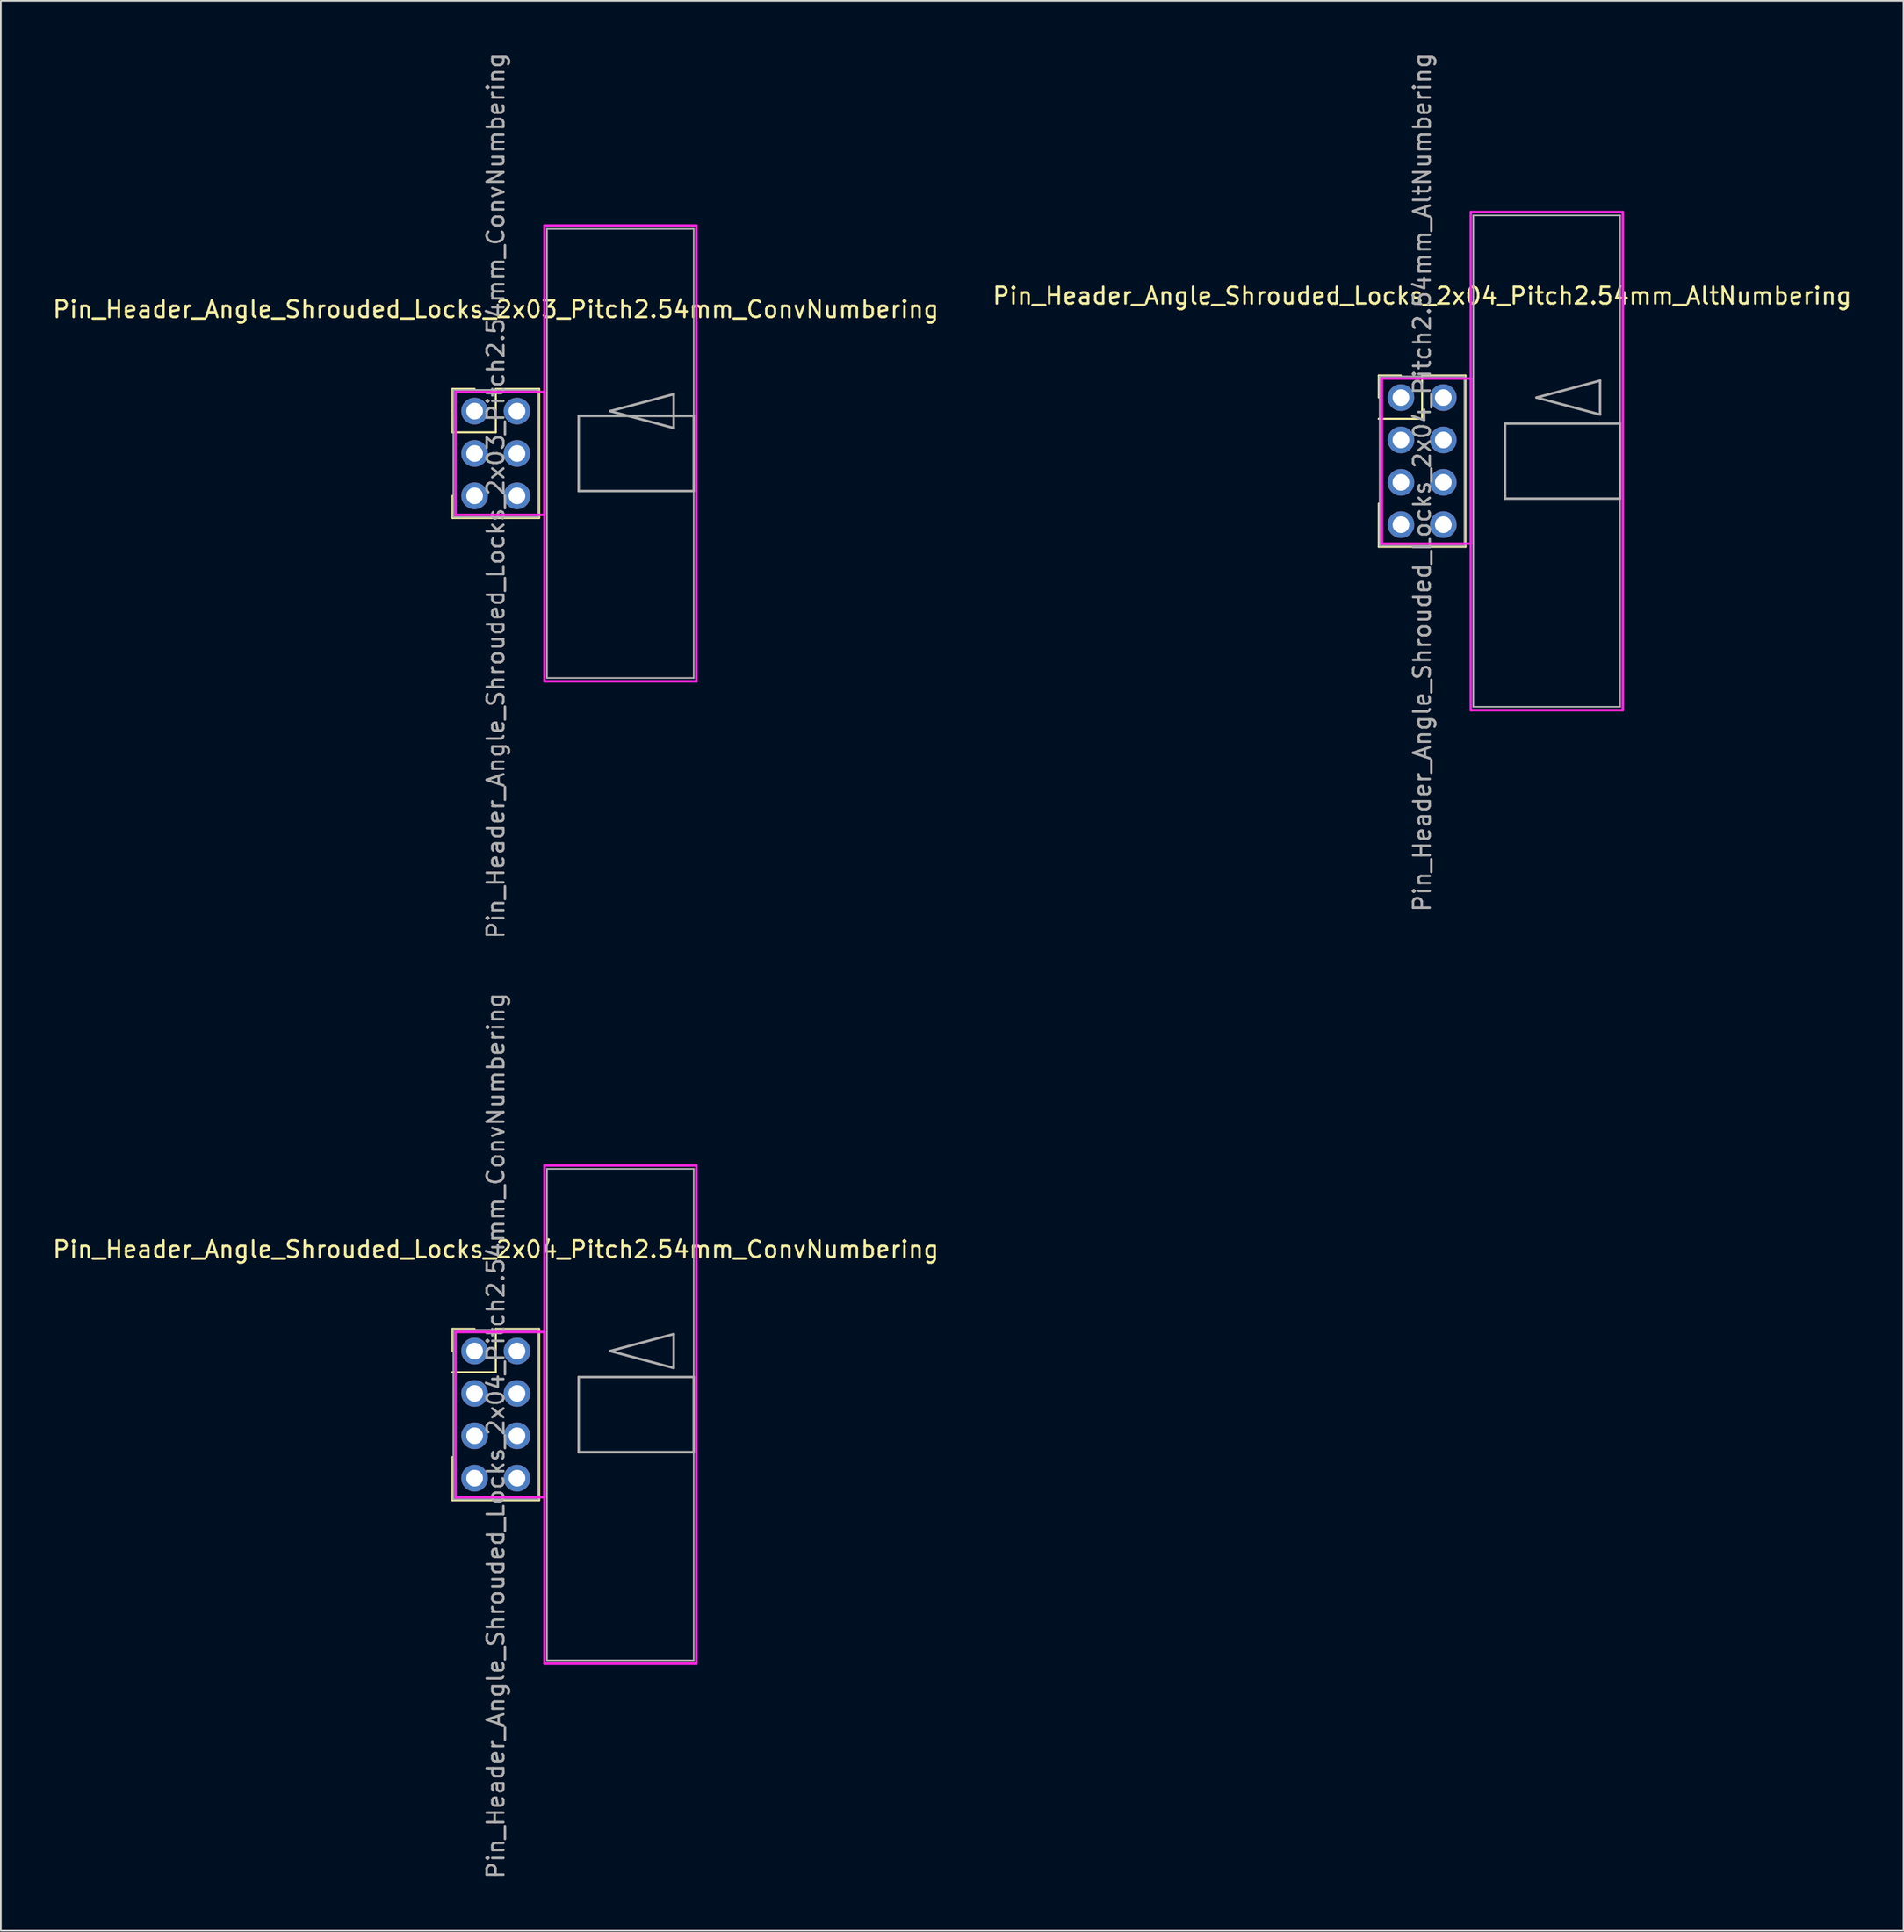
<source format=kicad_pcb>
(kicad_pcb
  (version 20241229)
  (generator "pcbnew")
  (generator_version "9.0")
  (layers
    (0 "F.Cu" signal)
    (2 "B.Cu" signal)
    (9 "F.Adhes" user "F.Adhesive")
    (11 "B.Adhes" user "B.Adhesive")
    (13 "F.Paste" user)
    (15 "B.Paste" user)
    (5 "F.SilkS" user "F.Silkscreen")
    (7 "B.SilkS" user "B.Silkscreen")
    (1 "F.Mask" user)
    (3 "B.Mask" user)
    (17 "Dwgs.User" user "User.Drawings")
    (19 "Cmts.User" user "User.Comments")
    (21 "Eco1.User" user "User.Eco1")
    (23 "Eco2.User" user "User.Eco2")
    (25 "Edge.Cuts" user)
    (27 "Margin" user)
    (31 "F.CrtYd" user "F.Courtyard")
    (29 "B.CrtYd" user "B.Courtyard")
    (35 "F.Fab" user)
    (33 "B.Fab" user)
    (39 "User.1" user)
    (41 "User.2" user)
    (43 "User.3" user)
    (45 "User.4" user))
  (footprint "Pin_Header_Angle_Shrouded_Locks_2x03_Pitch2.54mm_ConvNumbering"
    (layer "F.Cu")
    (at 25.403 21.593)
    (property "Reference" "Pin_Header_Angle_Shrouded_Locks_2x03_Pitch2.54mm_ConvNumbering" (at 1.27 -6.096 0) (layer "F.SilkS") (effects (font (size 1 1) (thickness 0.15))))
    (attr through_hole)
    (fp_line (start -1.33 -1.33) (end 0 -1.33) (stroke (width 0.12) (type solid)) (layer "F.SilkS"))
    (fp_line (start -1.33 0) (end -1.33 -1.33) (stroke (width 0.12) (type solid)) (layer "F.SilkS"))
    (fp_line (start -1.33 1.27) (end -1.33 0) (stroke (width 0.12) (type solid)) (layer "F.SilkS"))
    (fp_line (start -1.33 1.27) (end 1.27 1.27) (stroke (width 0.12) (type solid)) (layer "F.SilkS"))
    (fp_line (start -1.33 5.08) (end -1.33 6.41) (stroke (width 0.12) (type solid)) (layer "F.SilkS"))
    (fp_line (start -1.33 6.41) (end 3.87 6.41) (stroke (width 0.12) (type solid)) (layer "F.SilkS"))
    (fp_line (start 1.27 -1.33) (end 3.87 -1.33) (stroke (width 0.12) (type solid)) (layer "F.SilkS"))
    (fp_line (start 1.27 1.27) (end 1.27 -1.33) (stroke (width 0.12) (type solid)) (layer "F.SilkS"))
    (fp_line (start 3.87 -1.33) (end 3.87 6.41) (stroke (width 0.12) (type solid)) (layer "F.SilkS"))
    (fp_line (start -1.143 -1.143) (end -1.143 6.223) (stroke (width 0.15) (type solid)) (layer "F.CrtYd"))
    (fp_line (start -1.143 6.223) (end 4.19 6.223) (stroke (width 0.15) (type solid)) (layer "F.CrtYd"))
    (fp_line (start 4.19 -11.12) (end 4.19 16.2) (stroke (width 0.15) (type solid)) (layer "F.CrtYd"))
    (fp_line (start 4.19 -1.143) (end -1.143 -1.143) (stroke (width 0.15) (type solid)) (layer "F.CrtYd"))
    (fp_line (start 4.19 6.223) (end 4.19 -1.143) (stroke (width 0.15) (type solid)) (layer "F.CrtYd"))
    (fp_line (start 4.19 16.2) (end 13.3 16.2) (stroke (width 0.15) (type solid)) (layer "F.CrtYd"))
    (fp_line (start 13.3 -11.12) (end 4.19 -11.12) (stroke (width 0.15) (type solid)) (layer "F.CrtYd"))
    (fp_line (start 13.3 16.2) (end 13.3 -11.12) (stroke (width 0.15) (type solid)) (layer "F.CrtYd"))
    (fp_line (start -1.27 -1.27) (end -1.27 6.35) (stroke (width 0.1) (type solid)) (layer "F.Fab"))
    (fp_line (start -1.27 6.35) (end 3.81 6.35) (stroke (width 0.1) (type solid)) (layer "F.Fab"))
    (fp_line (start 3.81 -1.27) (end -1.27 -1.27) (stroke (width 0.1) (type solid)) (layer "F.Fab"))
    (fp_line (start 3.81 6.35) (end 3.81 -1.27) (stroke (width 0.1) (type solid)) (layer "F.Fab"))
    (fp_line (start 4.34 -10.92) (end 4.34 16) (stroke (width 0.1) (type solid)) (layer "F.Fab"))
    (fp_line (start 4.34 16) (end 13.14 16) (stroke (width 0.1) (type solid)) (layer "F.Fab"))
    (fp_line (start 6.24 0.29) (end 6.24 4.79) (stroke (width 0.15) (type solid)) (layer "F.Fab"))
    (fp_line (start 6.24 4.79) (end 13.14 4.79) (stroke (width 0.15) (type solid)) (layer "F.Fab"))
    (fp_line (start 8.128 0) (end 11.938 -1.016) (stroke (width 0.15) (type solid)) (layer "F.Fab"))
    (fp_line (start 11.938 -1.016) (end 11.938 1.016) (stroke (width 0.15) (type solid)) (layer "F.Fab"))
    (fp_line (start 11.938 1.016) (end 8.128 0) (stroke (width 0.15) (type solid)) (layer "F.Fab"))
    (fp_line (start 13.14 -10.92) (end 4.34 -10.92) (stroke (width 0.1) (type solid)) (layer "F.Fab"))
    (fp_line (start 13.14 0.29) (end 6.24 0.29) (stroke (width 0.15) (type solid)) (layer "F.Fab"))
    (fp_line (start 13.14 4.79) (end 13.14 0.29) (stroke (width 0.15) (type solid)) (layer "F.Fab"))
    (fp_line (start 13.14 16) (end 13.14 -10.92) (stroke (width 0.1) (type solid)) (layer "F.Fab"))
    (fp_text user "${REFERENCE}" (at 1.27 5.08 90) (layer "F.Fab") (effects (font (size 1 1) (thickness 0.15))))
    (pad "1" thru_hole oval (at 0 0) (size 1.6 1.6) (drill 1) (layers "*.Cu" "*.Mask"))
    (pad "2" thru_hole oval (at 2.54 0) (size 1.6 1.6) (drill 1) (layers "*.Cu" "*.Mask"))
    (pad "3" thru_hole oval (at 0 2.54) (size 1.6 1.6) (drill 1) (layers "*.Cu" "*.Mask"))
    (pad "4" thru_hole oval (at 2.54 2.54) (size 1.6 1.6) (drill 1) (layers "*.Cu" "*.Mask"))
    (pad "5" thru_hole oval (at 0 5.08) (size 1.6 1.6) (drill 1) (layers "*.Cu" "*.Mask"))
    (pad "6" thru_hole oval (at 2.54 5.08) (size 1.6 1.6) (drill 1) (layers "*.Cu" "*.Mask")))
  (footprint "Pin_Header_Angle_Shrouded_Locks_2x04_Pitch2.54mm_AltNumbering"
    (layer "F.Cu")
    (at 80.938 20.783)
    (property "Reference" "Pin_Header_Angle_Shrouded_Locks_2x04_Pitch2.54mm_AltNumbering" (at 1.27 -6.096 0) (layer "F.SilkS") (effects (font (size 1 1) (thickness 0.15))))
    (attr through_hole)
    (fp_line (start -1.33 -1.33) (end 0 -1.33) (stroke (width 0.12) (type solid)) (layer "F.SilkS"))
    (fp_line (start -1.33 0) (end -1.33 -1.33) (stroke (width 0.12) (type solid)) (layer "F.SilkS"))
    (fp_line (start -1.33 1.27) (end -1.33 1.27) (stroke (width 0.12) (type solid)) (layer "F.SilkS"))
    (fp_line (start -1.33 1.27) (end 1.27 1.27) (stroke (width 0.12) (type solid)) (layer "F.SilkS"))
    (fp_line (start -1.33 6.35) (end -1.33 8.95) (stroke (width 0.12) (type solid)) (layer "F.SilkS"))
    (fp_line (start -1.33 8.95) (end 3.87 8.95) (stroke (width 0.12) (type solid)) (layer "F.SilkS"))
    (fp_line (start 1.27 -1.33) (end 3.87 -1.33) (stroke (width 0.12) (type solid)) (layer "F.SilkS"))
    (fp_line (start 1.27 1.27) (end 1.27 -1.33) (stroke (width 0.12) (type solid)) (layer "F.SilkS"))
    (fp_line (start 3.87 -1.33) (end 3.87 8.95) (stroke (width 0.12) (type solid)) (layer "F.SilkS"))
    (fp_line (start -1.143 -1.143) (end -1.143 8.763) (stroke (width 0.15) (type solid)) (layer "F.CrtYd"))
    (fp_line (start -1.143 8.763) (end 4.19 8.763) (stroke (width 0.15) (type solid)) (layer "F.CrtYd"))
    (fp_line (start 4.19 -11.12) (end 4.19 18.74) (stroke (width 0.15) (type solid)) (layer "F.CrtYd"))
    (fp_line (start 4.19 -1.143) (end -1.143 -1.143) (stroke (width 0.15) (type solid)) (layer "F.CrtYd"))
    (fp_line (start 4.19 8.763) (end 4.19 -1.143) (stroke (width 0.15) (type solid)) (layer "F.CrtYd"))
    (fp_line (start 4.19 18.74) (end 13.3 18.74) (stroke (width 0.15) (type solid)) (layer "F.CrtYd"))
    (fp_line (start 13.3 -11.12) (end 4.19 -11.12) (stroke (width 0.15) (type solid)) (layer "F.CrtYd"))
    (fp_line (start 13.3 18.74) (end 13.3 -11.12) (stroke (width 0.15) (type solid)) (layer "F.CrtYd"))
    (fp_line (start -1.27 -1.27) (end -1.27 8.89) (stroke (width 0.1) (type solid)) (layer "F.Fab"))
    (fp_line (start -1.27 8.89) (end 3.81 8.89) (stroke (width 0.1) (type solid)) (layer "F.Fab"))
    (fp_line (start 3.81 -1.27) (end -1.27 -1.27) (stroke (width 0.1) (type solid)) (layer "F.Fab"))
    (fp_line (start 3.81 8.89) (end 3.81 -1.27) (stroke (width 0.1) (type solid)) (layer "F.Fab"))
    (fp_line (start 4.34 -10.92) (end 4.34 18.54) (stroke (width 0.1) (type solid)) (layer "F.Fab"))
    (fp_line (start 4.34 18.54) (end 13.14 18.54) (stroke (width 0.1) (type solid)) (layer "F.Fab"))
    (fp_line (start 6.24 1.56) (end 6.24 6.06) (stroke (width 0.15) (type solid)) (layer "F.Fab"))
    (fp_line (start 6.24 6.06) (end 13.14 6.06) (stroke (width 0.15) (type solid)) (layer "F.Fab"))
    (fp_line (start 8.128 0) (end 11.938 -1.016) (stroke (width 0.15) (type solid)) (layer "F.Fab"))
    (fp_line (start 11.938 -1.016) (end 11.938 1.016) (stroke (width 0.15) (type solid)) (layer "F.Fab"))
    (fp_line (start 11.938 1.016) (end 8.128 0) (stroke (width 0.15) (type solid)) (layer "F.Fab"))
    (fp_line (start 13.14 -10.92) (end 4.34 -10.92) (stroke (width 0.1) (type solid)) (layer "F.Fab"))
    (fp_line (start 13.14 1.56) (end 6.24 1.56) (stroke (width 0.15) (type solid)) (layer "F.Fab"))
    (fp_line (start 13.14 6.06) (end 13.14 1.56) (stroke (width 0.15) (type solid)) (layer "F.Fab"))
    (fp_line (start 13.14 18.54) (end 13.14 -10.92) (stroke (width 0.1) (type solid)) (layer "F.Fab"))
    (fp_text user "${REFERENCE}" (at 1.27 5.08 90) (layer "F.Fab") (effects (font (size 1 1) (thickness 0.15))))
    (pad "1" thru_hole oval (at 0 0) (size 1.6 1.6) (drill 1) (layers "*.Cu" "*.Mask"))
    (pad "2" thru_hole oval (at 0 2.54) (size 1.6 1.6) (drill 1) (layers "*.Cu" "*.Mask"))
    (pad "3" thru_hole oval (at 0 5.08) (size 1.6 1.6) (drill 1) (layers "*.Cu" "*.Mask"))
    (pad "4" thru_hole oval (at 0 7.62) (size 1.6 1.6) (drill 1) (layers "*.Cu" "*.Mask"))
    (pad "5" thru_hole oval (at 2.54 0) (size 1.6 1.6) (drill 1) (layers "*.Cu" "*.Mask"))
    (pad "6" thru_hole oval (at 2.54 2.54) (size 1.6 1.6) (drill 1) (layers "*.Cu" "*.Mask"))
    (pad "7" thru_hole oval (at 2.54 5.08) (size 1.6 1.6) (drill 1) (layers "*.Cu" "*.Mask"))
    (pad "8" thru_hole oval (at 2.54 7.62) (size 1.6 1.6) (drill 1) (layers "*.Cu" "*.Mask")))
  (footprint "Pin_Header_Angle_Shrouded_Locks_2x04_Pitch2.54mm_ConvNumbering"
    (layer "F.Cu")
    (at 25.403 77.938)
    (property "Reference" "Pin_Header_Angle_Shrouded_Locks_2x04_Pitch2.54mm_ConvNumbering" (at 1.27 -6.096 0) (layer "F.SilkS") (effects (font (size 1 1) (thickness 0.15))))
    (attr through_hole)
    (fp_line (start -1.33 -1.33) (end 0 -1.33) (stroke (width 0.12) (type solid)) (layer "F.SilkS"))
    (fp_line (start -1.33 0) (end -1.33 -1.33) (stroke (width 0.12) (type solid)) (layer "F.SilkS"))
    (fp_line (start -1.33 1.27) (end -1.33 1.27) (stroke (width 0.12) (type solid)) (layer "F.SilkS"))
    (fp_line (start -1.33 1.27) (end 1.27 1.27) (stroke (width 0.12) (type solid)) (layer "F.SilkS"))
    (fp_line (start -1.33 6.35) (end -1.33 8.95) (stroke (width 0.12) (type solid)) (layer "F.SilkS"))
    (fp_line (start -1.33 8.95) (end 3.87 8.95) (stroke (width 0.12) (type solid)) (layer "F.SilkS"))
    (fp_line (start 1.27 -1.33) (end 3.87 -1.33) (stroke (width 0.12) (type solid)) (layer "F.SilkS"))
    (fp_line (start 1.27 1.27) (end 1.27 -1.33) (stroke (width 0.12) (type solid)) (layer "F.SilkS"))
    (fp_line (start 3.87 -1.33) (end 3.87 8.95) (stroke (width 0.12) (type solid)) (layer "F.SilkS"))
    (fp_line (start -1.143 -1.143) (end -1.143 8.763) (stroke (width 0.15) (type solid)) (layer "F.CrtYd"))
    (fp_line (start -1.143 8.763) (end 4.19 8.763) (stroke (width 0.15) (type solid)) (layer "F.CrtYd"))
    (fp_line (start 4.19 -11.12) (end 4.19 18.74) (stroke (width 0.15) (type solid)) (layer "F.CrtYd"))
    (fp_line (start 4.19 -1.143) (end -1.143 -1.143) (stroke (width 0.15) (type solid)) (layer "F.CrtYd"))
    (fp_line (start 4.19 8.763) (end 4.19 -1.143) (stroke (width 0.15) (type solid)) (layer "F.CrtYd"))
    (fp_line (start 4.19 18.74) (end 13.3 18.74) (stroke (width 0.15) (type solid)) (layer "F.CrtYd"))
    (fp_line (start 13.3 -11.12) (end 4.19 -11.12) (stroke (width 0.15) (type solid)) (layer "F.CrtYd"))
    (fp_line (start 13.3 18.74) (end 13.3 -11.12) (stroke (width 0.15) (type solid)) (layer "F.CrtYd"))
    (fp_line (start -1.27 -1.27) (end -1.27 8.89) (stroke (width 0.1) (type solid)) (layer "F.Fab"))
    (fp_line (start -1.27 8.89) (end 3.81 8.89) (stroke (width 0.1) (type solid)) (layer "F.Fab"))
    (fp_line (start 3.81 -1.27) (end -1.27 -1.27) (stroke (width 0.1) (type solid)) (layer "F.Fab"))
    (fp_line (start 3.81 8.89) (end 3.81 -1.27) (stroke (width 0.1) (type solid)) (layer "F.Fab"))
    (fp_line (start 4.34 -10.92) (end 4.34 18.54) (stroke (width 0.1) (type solid)) (layer "F.Fab"))
    (fp_line (start 4.34 18.54) (end 13.14 18.54) (stroke (width 0.1) (type solid)) (layer "F.Fab"))
    (fp_line (start 6.24 1.56) (end 6.24 6.06) (stroke (width 0.15) (type solid)) (layer "F.Fab"))
    (fp_line (start 6.24 6.06) (end 13.14 6.06) (stroke (width 0.15) (type solid)) (layer "F.Fab"))
    (fp_line (start 8.128 0) (end 11.938 -1.016) (stroke (width 0.15) (type solid)) (layer "F.Fab"))
    (fp_line (start 11.938 -1.016) (end 11.938 1.016) (stroke (width 0.15) (type solid)) (layer "F.Fab"))
    (fp_line (start 11.938 1.016) (end 8.128 0) (stroke (width 0.15) (type solid)) (layer "F.Fab"))
    (fp_line (start 13.14 -10.92) (end 4.34 -10.92) (stroke (width 0.1) (type solid)) (layer "F.Fab"))
    (fp_line (start 13.14 1.56) (end 6.24 1.56) (stroke (width 0.15) (type solid)) (layer "F.Fab"))
    (fp_line (start 13.14 6.06) (end 13.14 1.56) (stroke (width 0.15) (type solid)) (layer "F.Fab"))
    (fp_line (start 13.14 18.54) (end 13.14 -10.92) (stroke (width 0.1) (type solid)) (layer "F.Fab"))
    (fp_text user "${REFERENCE}" (at 1.27 5.08 90) (layer "F.Fab") (effects (font (size 1 1) (thickness 0.15))))
    (pad "1" thru_hole oval (at 0 0) (size 1.6 1.6) (drill 1) (layers "*.Cu" "*.Mask"))
    (pad "2" thru_hole oval (at 2.54 0) (size 1.6 1.6) (drill 1) (layers "*.Cu" "*.Mask"))
    (pad "3" thru_hole oval (at 0 2.54) (size 1.6 1.6) (drill 1) (layers "*.Cu" "*.Mask"))
    (pad "4" thru_hole oval (at 2.54 2.54) (size 1.6 1.6) (drill 1) (layers "*.Cu" "*.Mask"))
    (pad "5" thru_hole oval (at 0 5.08) (size 1.6 1.6) (drill 1) (layers "*.Cu" "*.Mask"))
    (pad "6" thru_hole oval (at 2.54 5.08) (size 1.6 1.6) (drill 1) (layers "*.Cu" "*.Mask"))
    (pad "7" thru_hole oval (at 0 7.62) (size 1.6 1.6) (drill 1) (layers "*.Cu" "*.Mask"))
    (pad "8" thru_hole oval (at 2.54 7.62) (size 1.6 1.6) (drill 1) (layers "*.Cu" "*.Mask")))
  (gr_rect
    (start -3 -3)
    (end 111.071 112.69)
    (stroke (width 0.1) (type default))
    (fill no)
    (layer "Edge.Cuts")))
</source>
